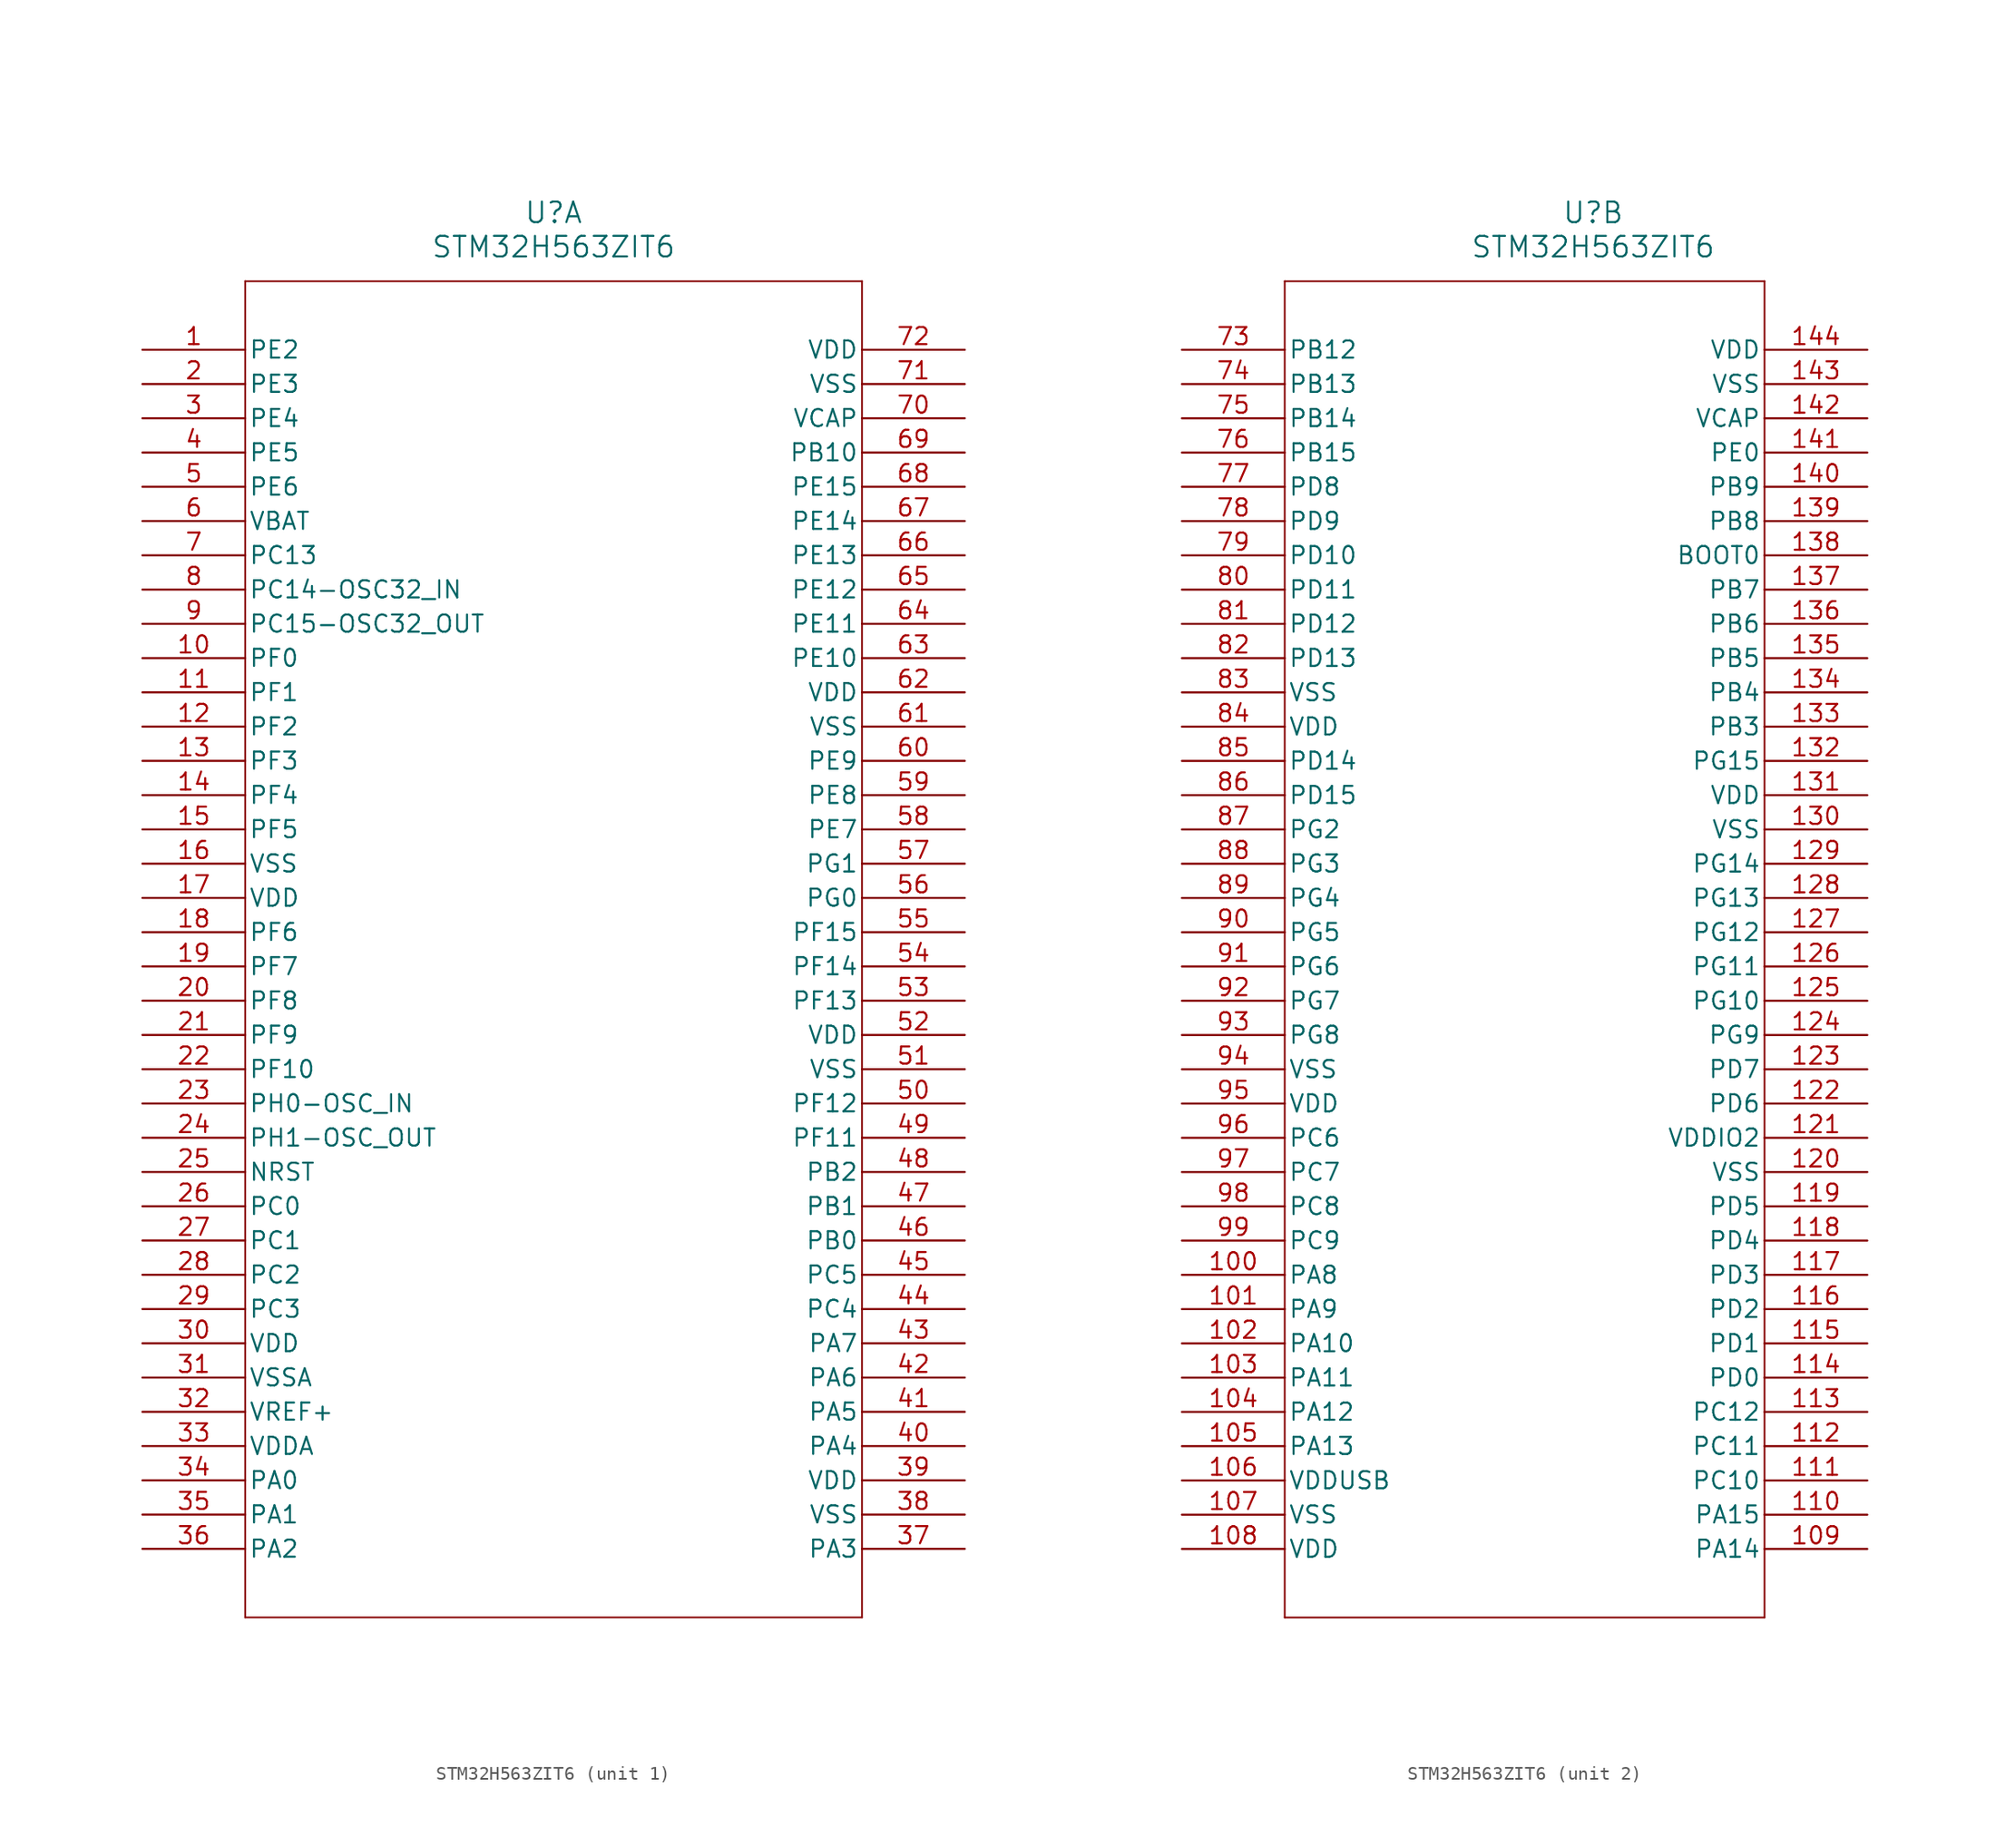
<source format=kicad_sym>
(kicad_symbol_lib
  (version 20211014)
  (generator kicad_symbol_editor)
  (symbol "STM32H563ZIT6"
    (pin_names
      (offset 0.254))
    (property "Reference" "U"
      (at 30.48 10.16 0)
      (effects (font (size 1.524 1.524))))
    (property "Value" "STM32H563ZIT6"
      (at 30.48 7.62 0)
      (effects (font (size 1.524 1.524))))
    (symbol "STM32H563ZIT6_1_1"
      (polyline (pts (xy 7.62 5.08) (xy 7.62 -93.98)) (stroke (width 0.127) (type default) (color 0 0 0 0)) (fill (type none)))
      (polyline (pts (xy 7.62 -93.98) (xy 53.34 -93.98)) (stroke (width 0.127) (type default) (color 0 0 0 0)) (fill (type none)))
      (polyline (pts (xy 53.34 -93.98) (xy 53.34 5.08)) (stroke (width 0.127) (type default) (color 0 0 0 0)) (fill (type none)))
      (polyline (pts (xy 53.34 5.08) (xy 7.62 5.08)) (stroke (width 0.127) (type default) (color 0 0 0 0)) (fill (type none)))
      (pin bidirectional line (at 0 0 0) (length 7.62) (name "PE2" (effects (font (size 1.27 1.27)))) (number "1" (effects (font (size 1.27 1.27)))))
      (pin bidirectional line (at 0 -2.54 0) (length 7.62) (name "PE3" (effects (font (size 1.27 1.27)))) (number "2" (effects (font (size 1.27 1.27)))))
      (pin bidirectional line (at 0 -5.08 0) (length 7.62) (name "PE4" (effects (font (size 1.27 1.27)))) (number "3" (effects (font (size 1.27 1.27)))))
      (pin bidirectional line (at 0 -7.62 0) (length 7.62) (name "PE5" (effects (font (size 1.27 1.27)))) (number "4" (effects (font (size 1.27 1.27)))))
      (pin bidirectional line (at 0 -10.16 0) (length 7.62) (name "PE6" (effects (font (size 1.27 1.27)))) (number "5" (effects (font (size 1.27 1.27)))))
      (pin power_in line (at 0 -12.7 0) (length 7.62) (name "VBAT" (effects (font (size 1.27 1.27)))) (number "6" (effects (font (size 1.27 1.27)))))
      (pin bidirectional line (at 0 -15.24 0) (length 7.62) (name "PC13" (effects (font (size 1.27 1.27)))) (number "7" (effects (font (size 1.27 1.27)))))
      (pin bidirectional line (at 0 -17.78 0) (length 7.62) (name "PC14-OSC32_IN" (effects (font (size 1.27 1.27)))) (number "8" (effects (font (size 1.27 1.27)))))
      (pin bidirectional line (at 0 -20.32 0) (length 7.62) (name "PC15-OSC32_OUT" (effects (font (size 1.27 1.27)))) (number "9" (effects (font (size 1.27 1.27)))))
      (pin bidirectional line (at 0 -22.86 0) (length 7.62) (name "PF0" (effects (font (size 1.27 1.27)))) (number "10" (effects (font (size 1.27 1.27)))))
      (pin bidirectional line (at 0 -25.4 0) (length 7.62) (name "PF1" (effects (font (size 1.27 1.27)))) (number "11" (effects (font (size 1.27 1.27)))))
      (pin bidirectional line (at 0 -27.94 0) (length 7.62) (name "PF2" (effects (font (size 1.27 1.27)))) (number "12" (effects (font (size 1.27 1.27)))))
      (pin bidirectional line (at 0 -30.48 0) (length 7.62) (name "PF3" (effects (font (size 1.27 1.27)))) (number "13" (effects (font (size 1.27 1.27)))))
      (pin bidirectional line (at 0 -33.02 0) (length 7.62) (name "PF4" (effects (font (size 1.27 1.27)))) (number "14" (effects (font (size 1.27 1.27)))))
      (pin bidirectional line (at 0 -35.56 0) (length 7.62) (name "PF5" (effects (font (size 1.27 1.27)))) (number "15" (effects (font (size 1.27 1.27)))))
      (pin power_in line (at 0 -38.1 0) (length 7.62) (name "VSS" (effects (font (size 1.27 1.27)))) (number "16" (effects (font (size 1.27 1.27)))))
      (pin power_in line (at 0 -40.64 0) (length 7.62) (name "VDD" (effects (font (size 1.27 1.27)))) (number "17" (effects (font (size 1.27 1.27)))))
      (pin bidirectional line (at 0 -43.18 0) (length 7.62) (name "PF6" (effects (font (size 1.27 1.27)))) (number "18" (effects (font (size 1.27 1.27)))))
      (pin bidirectional line (at 0 -45.72 0) (length 7.62) (name "PF7" (effects (font (size 1.27 1.27)))) (number "19" (effects (font (size 1.27 1.27)))))
      (pin bidirectional line (at 0 -48.26 0) (length 7.62) (name "PF8" (effects (font (size 1.27 1.27)))) (number "20" (effects (font (size 1.27 1.27)))))
      (pin bidirectional line (at 0 -50.8 0) (length 7.62) (name "PF9" (effects (font (size 1.27 1.27)))) (number "21" (effects (font (size 1.27 1.27)))))
      (pin bidirectional line (at 0 -53.34 0) (length 7.62) (name "PF10" (effects (font (size 1.27 1.27)))) (number "22" (effects (font (size 1.27 1.27)))))
      (pin bidirectional line (at 0 -55.88 0) (length 7.62) (name "PH0-OSC_IN" (effects (font (size 1.27 1.27)))) (number "23" (effects (font (size 1.27 1.27)))))
      (pin bidirectional line (at 0 -58.42 0) (length 7.62) (name "PH1-OSC_OUT" (effects (font (size 1.27 1.27)))) (number "24" (effects (font (size 1.27 1.27)))))
      (pin bidirectional line (at 0 -60.96 0) (length 7.62) (name "NRST" (effects (font (size 1.27 1.27)))) (number "25" (effects (font (size 1.27 1.27)))))
      (pin bidirectional line (at 0 -63.5 0) (length 7.62) (name "PC0" (effects (font (size 1.27 1.27)))) (number "26" (effects (font (size 1.27 1.27)))))
      (pin bidirectional line (at 0 -66.04 0) (length 7.62) (name "PC1" (effects (font (size 1.27 1.27)))) (number "27" (effects (font (size 1.27 1.27)))))
      (pin bidirectional line (at 0 -68.58 0) (length 7.62) (name "PC2" (effects (font (size 1.27 1.27)))) (number "28" (effects (font (size 1.27 1.27)))))
      (pin bidirectional line (at 0 -71.12 0) (length 7.62) (name "PC3" (effects (font (size 1.27 1.27)))) (number "29" (effects (font (size 1.27 1.27)))))
      (pin power_in line (at 0 -73.66 0) (length 7.62) (name "VDD" (effects (font (size 1.27 1.27)))) (number "30" (effects (font (size 1.27 1.27)))))
      (pin power_in line (at 0 -76.2 0) (length 7.62) (name "VSSA" (effects (font (size 1.27 1.27)))) (number "31" (effects (font (size 1.27 1.27)))))
      (pin power_in line (at 0 -78.74 0) (length 7.62) (name "VREF+" (effects (font (size 1.27 1.27)))) (number "32" (effects (font (size 1.27 1.27)))))
      (pin power_in line (at 0 -81.28 0) (length 7.62) (name "VDDA" (effects (font (size 1.27 1.27)))) (number "33" (effects (font (size 1.27 1.27)))))
      (pin bidirectional line (at 0 -83.82 0) (length 7.62) (name "PA0" (effects (font (size 1.27 1.27)))) (number "34" (effects (font (size 1.27 1.27)))))
      (pin bidirectional line (at 0 -86.36 0) (length 7.62) (name "PA1" (effects (font (size 1.27 1.27)))) (number "35" (effects (font (size 1.27 1.27)))))
      (pin bidirectional line (at 0 -88.9 0) (length 7.62) (name "PA2" (effects (font (size 1.27 1.27)))) (number "36" (effects (font (size 1.27 1.27)))))
      (pin bidirectional line (at 60.96 -88.9 180) (length 7.62) (name "PA3" (effects (font (size 1.27 1.27)))) (number "37" (effects (font (size 1.27 1.27)))))
      (pin power_in line (at 60.96 -86.36 180) (length 7.62) (name "VSS" (effects (font (size 1.27 1.27)))) (number "38" (effects (font (size 1.27 1.27)))))
      (pin power_in line (at 60.96 -83.82 180) (length 7.62) (name "VDD" (effects (font (size 1.27 1.27)))) (number "39" (effects (font (size 1.27 1.27)))))
      (pin bidirectional line (at 60.96 -81.28 180) (length 7.62) (name "PA4" (effects (font (size 1.27 1.27)))) (number "40" (effects (font (size 1.27 1.27)))))
      (pin bidirectional line (at 60.96 -78.74 180) (length 7.62) (name "PA5" (effects (font (size 1.27 1.27)))) (number "41" (effects (font (size 1.27 1.27)))))
      (pin bidirectional line (at 60.96 -76.2 180) (length 7.62) (name "PA6" (effects (font (size 1.27 1.27)))) (number "42" (effects (font (size 1.27 1.27)))))
      (pin bidirectional line (at 60.96 -73.66 180) (length 7.62) (name "PA7" (effects (font (size 1.27 1.27)))) (number "43" (effects (font (size 1.27 1.27)))))
      (pin bidirectional line (at 60.96 -71.12 180) (length 7.62) (name "PC4" (effects (font (size 1.27 1.27)))) (number "44" (effects (font (size 1.27 1.27)))))
      (pin bidirectional line (at 60.96 -68.58 180) (length 7.62) (name "PC5" (effects (font (size 1.27 1.27)))) (number "45" (effects (font (size 1.27 1.27)))))
      (pin bidirectional line (at 60.96 -66.04 180) (length 7.62) (name "PB0" (effects (font (size 1.27 1.27)))) (number "46" (effects (font (size 1.27 1.27)))))
      (pin bidirectional line (at 60.96 -63.5 180) (length 7.62) (name "PB1" (effects (font (size 1.27 1.27)))) (number "47" (effects (font (size 1.27 1.27)))))
      (pin bidirectional line (at 60.96 -60.96 180) (length 7.62) (name "PB2" (effects (font (size 1.27 1.27)))) (number "48" (effects (font (size 1.27 1.27)))))
      (pin bidirectional line (at 60.96 -58.42 180) (length 7.62) (name "PF11" (effects (font (size 1.27 1.27)))) (number "49" (effects (font (size 1.27 1.27)))))
      (pin bidirectional line (at 60.96 -55.88 180) (length 7.62) (name "PF12" (effects (font (size 1.27 1.27)))) (number "50" (effects (font (size 1.27 1.27)))))
      (pin power_in line (at 60.96 -53.34 180) (length 7.62) (name "VSS" (effects (font (size 1.27 1.27)))) (number "51" (effects (font (size 1.27 1.27)))))
      (pin power_in line (at 60.96 -50.8 180) (length 7.62) (name "VDD" (effects (font (size 1.27 1.27)))) (number "52" (effects (font (size 1.27 1.27)))))
      (pin bidirectional line (at 60.96 -48.26 180) (length 7.62) (name "PF13" (effects (font (size 1.27 1.27)))) (number "53" (effects (font (size 1.27 1.27)))))
      (pin bidirectional line (at 60.96 -45.72 180) (length 7.62) (name "PF14" (effects (font (size 1.27 1.27)))) (number "54" (effects (font (size 1.27 1.27)))))
      (pin bidirectional line (at 60.96 -43.18 180) (length 7.62) (name "PF15" (effects (font (size 1.27 1.27)))) (number "55" (effects (font (size 1.27 1.27)))))
      (pin bidirectional line (at 60.96 -40.64 180) (length 7.62) (name "PG0" (effects (font (size 1.27 1.27)))) (number "56" (effects (font (size 1.27 1.27)))))
      (pin bidirectional line (at 60.96 -38.1 180) (length 7.62) (name "PG1" (effects (font (size 1.27 1.27)))) (number "57" (effects (font (size 1.27 1.27)))))
      (pin bidirectional line (at 60.96 -35.56 180) (length 7.62) (name "PE7" (effects (font (size 1.27 1.27)))) (number "58" (effects (font (size 1.27 1.27)))))
      (pin bidirectional line (at 60.96 -33.02 180) (length 7.62) (name "PE8" (effects (font (size 1.27 1.27)))) (number "59" (effects (font (size 1.27 1.27)))))
      (pin bidirectional line (at 60.96 -30.48 180) (length 7.62) (name "PE9" (effects (font (size 1.27 1.27)))) (number "60" (effects (font (size 1.27 1.27)))))
      (pin power_in line (at 60.96 -27.94 180) (length 7.62) (name "VSS" (effects (font (size 1.27 1.27)))) (number "61" (effects (font (size 1.27 1.27)))))
      (pin power_in line (at 60.96 -25.4 180) (length 7.62) (name "VDD" (effects (font (size 1.27 1.27)))) (number "62" (effects (font (size 1.27 1.27)))))
      (pin bidirectional line (at 60.96 -22.86 180) (length 7.62) (name "PE10" (effects (font (size 1.27 1.27)))) (number "63" (effects (font (size 1.27 1.27)))))
      (pin bidirectional line (at 60.96 -20.32 180) (length 7.62) (name "PE11" (effects (font (size 1.27 1.27)))) (number "64" (effects (font (size 1.27 1.27)))))
      (pin bidirectional line (at 60.96 -17.78 180) (length 7.62) (name "PE12" (effects (font (size 1.27 1.27)))) (number "65" (effects (font (size 1.27 1.27)))))
      (pin bidirectional line (at 60.96 -15.24 180) (length 7.62) (name "PE13" (effects (font (size 1.27 1.27)))) (number "66" (effects (font (size 1.27 1.27)))))
      (pin bidirectional line (at 60.96 -12.7 180) (length 7.62) (name "PE14" (effects (font (size 1.27 1.27)))) (number "67" (effects (font (size 1.27 1.27)))))
      (pin bidirectional line (at 60.96 -10.16 180) (length 7.62) (name "PE15" (effects (font (size 1.27 1.27)))) (number "68" (effects (font (size 1.27 1.27)))))
      (pin bidirectional line (at 60.96 -7.62 180) (length 7.62) (name "PB10" (effects (font (size 1.27 1.27)))) (number "69" (effects (font (size 1.27 1.27)))))
      (pin power_in line (at 60.96 -5.08 180) (length 7.62) (name "VCAP" (effects (font (size 1.27 1.27)))) (number "70" (effects (font (size 1.27 1.27)))))
      (pin power_in line (at 60.96 -2.54 180) (length 7.62) (name "VSS" (effects (font (size 1.27 1.27)))) (number "71" (effects (font (size 1.27 1.27)))))
      (pin power_in line (at 60.96 0 180) (length 7.62) (name "VDD" (effects (font (size 1.27 1.27)))) (number "72" (effects (font (size 1.27 1.27))))))
    (symbol "STM32H563ZIT6_2_1"
      (polyline (pts (xy 7.62 5.08) (xy 7.62 -93.98)) (stroke (width 0.127) (type default) (color 0 0 0 0)) (fill (type none)))
      (polyline (pts (xy 7.62 -93.98) (xy 43.18 -93.98)) (stroke (width 0.127) (type default) (color 0 0 0 0)) (fill (type none)))
      (polyline (pts (xy 43.18 -93.98) (xy 43.18 5.08)) (stroke (width 0.127) (type default) (color 0 0 0 0)) (fill (type none)))
      (polyline (pts (xy 43.18 5.08) (xy 7.62 5.08)) (stroke (width 0.127) (type default) (color 0 0 0 0)) (fill (type none)))
      (pin bidirectional line (at 0 0 0) (length 7.62) (name "PB12" (effects (font (size 1.27 1.27)))) (number "73" (effects (font (size 1.27 1.27)))))
      (pin bidirectional line (at 0 -2.54 0) (length 7.62) (name "PB13" (effects (font (size 1.27 1.27)))) (number "74" (effects (font (size 1.27 1.27)))))
      (pin bidirectional line (at 0 -5.08 0) (length 7.62) (name "PB14" (effects (font (size 1.27 1.27)))) (number "75" (effects (font (size 1.27 1.27)))))
      (pin bidirectional line (at 0 -7.62 0) (length 7.62) (name "PB15" (effects (font (size 1.27 1.27)))) (number "76" (effects (font (size 1.27 1.27)))))
      (pin bidirectional line (at 0 -10.16 0) (length 7.62) (name "PD8" (effects (font (size 1.27 1.27)))) (number "77" (effects (font (size 1.27 1.27)))))
      (pin bidirectional line (at 0 -12.7 0) (length 7.62) (name "PD9" (effects (font (size 1.27 1.27)))) (number "78" (effects (font (size 1.27 1.27)))))
      (pin bidirectional line (at 0 -15.24 0) (length 7.62) (name "PD10" (effects (font (size 1.27 1.27)))) (number "79" (effects (font (size 1.27 1.27)))))
      (pin bidirectional line (at 0 -17.78 0) (length 7.62) (name "PD11" (effects (font (size 1.27 1.27)))) (number "80" (effects (font (size 1.27 1.27)))))
      (pin bidirectional line (at 0 -20.32 0) (length 7.62) (name "PD12" (effects (font (size 1.27 1.27)))) (number "81" (effects (font (size 1.27 1.27)))))
      (pin bidirectional line (at 0 -22.86 0) (length 7.62) (name "PD13" (effects (font (size 1.27 1.27)))) (number "82" (effects (font (size 1.27 1.27)))))
      (pin power_in line (at 0 -25.4 0) (length 7.62) (name "VSS" (effects (font (size 1.27 1.27)))) (number "83" (effects (font (size 1.27 1.27)))))
      (pin power_in line (at 0 -27.94 0) (length 7.62) (name "VDD" (effects (font (size 1.27 1.27)))) (number "84" (effects (font (size 1.27 1.27)))))
      (pin bidirectional line (at 0 -30.48 0) (length 7.62) (name "PD14" (effects (font (size 1.27 1.27)))) (number "85" (effects (font (size 1.27 1.27)))))
      (pin bidirectional line (at 0 -33.02 0) (length 7.62) (name "PD15" (effects (font (size 1.27 1.27)))) (number "86" (effects (font (size 1.27 1.27)))))
      (pin bidirectional line (at 0 -35.56 0) (length 7.62) (name "PG2" (effects (font (size 1.27 1.27)))) (number "87" (effects (font (size 1.27 1.27)))))
      (pin bidirectional line (at 0 -38.1 0) (length 7.62) (name "PG3" (effects (font (size 1.27 1.27)))) (number "88" (effects (font (size 1.27 1.27)))))
      (pin bidirectional line (at 0 -40.64 0) (length 7.62) (name "PG4" (effects (font (size 1.27 1.27)))) (number "89" (effects (font (size 1.27 1.27)))))
      (pin bidirectional line (at 0 -43.18 0) (length 7.62) (name "PG5" (effects (font (size 1.27 1.27)))) (number "90" (effects (font (size 1.27 1.27)))))
      (pin bidirectional line (at 0 -45.72 0) (length 7.62) (name "PG6" (effects (font (size 1.27 1.27)))) (number "91" (effects (font (size 1.27 1.27)))))
      (pin bidirectional line (at 0 -48.26 0) (length 7.62) (name "PG7" (effects (font (size 1.27 1.27)))) (number "92" (effects (font (size 1.27 1.27)))))
      (pin bidirectional line (at 0 -50.8 0) (length 7.62) (name "PG8" (effects (font (size 1.27 1.27)))) (number "93" (effects (font (size 1.27 1.27)))))
      (pin power_in line (at 0 -53.34 0) (length 7.62) (name "VSS" (effects (font (size 1.27 1.27)))) (number "94" (effects (font (size 1.27 1.27)))))
      (pin power_in line (at 0 -55.88 0) (length 7.62) (name "VDD" (effects (font (size 1.27 1.27)))) (number "95" (effects (font (size 1.27 1.27)))))
      (pin bidirectional line (at 0 -58.42 0) (length 7.62) (name "PC6" (effects (font (size 1.27 1.27)))) (number "96" (effects (font (size 1.27 1.27)))))
      (pin bidirectional line (at 0 -60.96 0) (length 7.62) (name "PC7" (effects (font (size 1.27 1.27)))) (number "97" (effects (font (size 1.27 1.27)))))
      (pin bidirectional line (at 0 -63.5 0) (length 7.62) (name "PC8" (effects (font (size 1.27 1.27)))) (number "98" (effects (font (size 1.27 1.27)))))
      (pin bidirectional line (at 0 -66.04 0) (length 7.62) (name "PC9" (effects (font (size 1.27 1.27)))) (number "99" (effects (font (size 1.27 1.27)))))
      (pin bidirectional line (at 0 -68.58 0) (length 7.62) (name "PA8" (effects (font (size 1.27 1.27)))) (number "100" (effects (font (size 1.27 1.27)))))
      (pin bidirectional line (at 0 -71.12 0) (length 7.62) (name "PA9" (effects (font (size 1.27 1.27)))) (number "101" (effects (font (size 1.27 1.27)))))
      (pin bidirectional line (at 0 -73.66 0) (length 7.62) (name "PA10" (effects (font (size 1.27 1.27)))) (number "102" (effects (font (size 1.27 1.27)))))
      (pin bidirectional line (at 0 -76.2 0) (length 7.62) (name "PA11" (effects (font (size 1.27 1.27)))) (number "103" (effects (font (size 1.27 1.27)))))
      (pin bidirectional line (at 0 -78.74 0) (length 7.62) (name "PA12" (effects (font (size 1.27 1.27)))) (number "104" (effects (font (size 1.27 1.27)))))
      (pin bidirectional line (at 0 -81.28 0) (length 7.62) (name "PA13" (effects (font (size 1.27 1.27)))) (number "105" (effects (font (size 1.27 1.27)))))
      (pin power_in line (at 0 -83.82 0) (length 7.62) (name "VDDUSB" (effects (font (size 1.27 1.27)))) (number "106" (effects (font (size 1.27 1.27)))))
      (pin power_in line (at 0 -86.36 0) (length 7.62) (name "VSS" (effects (font (size 1.27 1.27)))) (number "107" (effects (font (size 1.27 1.27)))))
      (pin power_in line (at 0 -88.9 0) (length 7.62) (name "VDD" (effects (font (size 1.27 1.27)))) (number "108" (effects (font (size 1.27 1.27)))))
      (pin bidirectional line (at 50.8 -88.9 180) (length 7.62) (name "PA14" (effects (font (size 1.27 1.27)))) (number "109" (effects (font (size 1.27 1.27)))))
      (pin bidirectional line (at 50.8 -86.36 180) (length 7.62) (name "PA15" (effects (font (size 1.27 1.27)))) (number "110" (effects (font (size 1.27 1.27)))))
      (pin bidirectional line (at 50.8 -83.82 180) (length 7.62) (name "PC10" (effects (font (size 1.27 1.27)))) (number "111" (effects (font (size 1.27 1.27)))))
      (pin bidirectional line (at 50.8 -81.28 180) (length 7.62) (name "PC11" (effects (font (size 1.27 1.27)))) (number "112" (effects (font (size 1.27 1.27)))))
      (pin bidirectional line (at 50.8 -78.74 180) (length 7.62) (name "PC12" (effects (font (size 1.27 1.27)))) (number "113" (effects (font (size 1.27 1.27)))))
      (pin bidirectional line (at 50.8 -76.2 180) (length 7.62) (name "PD0" (effects (font (size 1.27 1.27)))) (number "114" (effects (font (size 1.27 1.27)))))
      (pin bidirectional line (at 50.8 -73.66 180) (length 7.62) (name "PD1" (effects (font (size 1.27 1.27)))) (number "115" (effects (font (size 1.27 1.27)))))
      (pin bidirectional line (at 50.8 -71.12 180) (length 7.62) (name "PD2" (effects (font (size 1.27 1.27)))) (number "116" (effects (font (size 1.27 1.27)))))
      (pin bidirectional line (at 50.8 -68.58 180) (length 7.62) (name "PD3" (effects (font (size 1.27 1.27)))) (number "117" (effects (font (size 1.27 1.27)))))
      (pin bidirectional line (at 50.8 -66.04 180) (length 7.62) (name "PD4" (effects (font (size 1.27 1.27)))) (number "118" (effects (font (size 1.27 1.27)))))
      (pin bidirectional line (at 50.8 -63.5 180) (length 7.62) (name "PD5" (effects (font (size 1.27 1.27)))) (number "119" (effects (font (size 1.27 1.27)))))
      (pin power_in line (at 50.8 -60.96 180) (length 7.62) (name "VSS" (effects (font (size 1.27 1.27)))) (number "120" (effects (font (size 1.27 1.27)))))
      (pin power_in line (at 50.8 -58.42 180) (length 7.62) (name "VDDIO2" (effects (font (size 1.27 1.27)))) (number "121" (effects (font (size 1.27 1.27)))))
      (pin bidirectional line (at 50.8 -55.88 180) (length 7.62) (name "PD6" (effects (font (size 1.27 1.27)))) (number "122" (effects (font (size 1.27 1.27)))))
      (pin bidirectional line (at 50.8 -53.34 180) (length 7.62) (name "PD7" (effects (font (size 1.27 1.27)))) (number "123" (effects (font (size 1.27 1.27)))))
      (pin bidirectional line (at 50.8 -50.8 180) (length 7.62) (name "PG9" (effects (font (size 1.27 1.27)))) (number "124" (effects (font (size 1.27 1.27)))))
      (pin bidirectional line (at 50.8 -48.26 180) (length 7.62) (name "PG10" (effects (font (size 1.27 1.27)))) (number "125" (effects (font (size 1.27 1.27)))))
      (pin bidirectional line (at 50.8 -45.72 180) (length 7.62) (name "PG11" (effects (font (size 1.27 1.27)))) (number "126" (effects (font (size 1.27 1.27)))))
      (pin bidirectional line (at 50.8 -43.18 180) (length 7.62) (name "PG12" (effects (font (size 1.27 1.27)))) (number "127" (effects (font (size 1.27 1.27)))))
      (pin bidirectional line (at 50.8 -40.64 180) (length 7.62) (name "PG13" (effects (font (size 1.27 1.27)))) (number "128" (effects (font (size 1.27 1.27)))))
      (pin bidirectional line (at 50.8 -38.1 180) (length 7.62) (name "PG14" (effects (font (size 1.27 1.27)))) (number "129" (effects (font (size 1.27 1.27)))))
      (pin power_in line (at 50.8 -35.56 180) (length 7.62) (name "VSS" (effects (font (size 1.27 1.27)))) (number "130" (effects (font (size 1.27 1.27)))))
      (pin power_in line (at 50.8 -33.02 180) (length 7.62) (name "VDD" (effects (font (size 1.27 1.27)))) (number "131" (effects (font (size 1.27 1.27)))))
      (pin bidirectional line (at 50.8 -30.48 180) (length 7.62) (name "PG15" (effects (font (size 1.27 1.27)))) (number "132" (effects (font (size 1.27 1.27)))))
      (pin bidirectional line (at 50.8 -27.94 180) (length 7.62) (name "PB3" (effects (font (size 1.27 1.27)))) (number "133" (effects (font (size 1.27 1.27)))))
      (pin bidirectional line (at 50.8 -25.4 180) (length 7.62) (name "PB4" (effects (font (size 1.27 1.27)))) (number "134" (effects (font (size 1.27 1.27)))))
      (pin bidirectional line (at 50.8 -22.86 180) (length 7.62) (name "PB5" (effects (font (size 1.27 1.27)))) (number "135" (effects (font (size 1.27 1.27)))))
      (pin bidirectional line (at 50.8 -20.32 180) (length 7.62) (name "PB6" (effects (font (size 1.27 1.27)))) (number "136" (effects (font (size 1.27 1.27)))))
      (pin bidirectional line (at 50.8 -17.78 180) (length 7.62) (name "PB7" (effects (font (size 1.27 1.27)))) (number "137" (effects (font (size 1.27 1.27)))))
      (pin input line (at 50.8 -15.24 180) (length 7.62) (name "BOOT0" (effects (font (size 1.27 1.27)))) (number "138" (effects (font (size 1.27 1.27)))))
      (pin bidirectional line (at 50.8 -12.7 180) (length 7.62) (name "PB8" (effects (font (size 1.27 1.27)))) (number "139" (effects (font (size 1.27 1.27)))))
      (pin bidirectional line (at 50.8 -10.16 180) (length 7.62) (name "PB9" (effects (font (size 1.27 1.27)))) (number "140" (effects (font (size 1.27 1.27)))))
      (pin bidirectional line (at 50.8 -7.62 180) (length 7.62) (name "PE0" (effects (font (size 1.27 1.27)))) (number "141" (effects (font (size 1.27 1.27)))))
      (pin power_in line (at 50.8 -5.08 180) (length 7.62) (name "VCAP" (effects (font (size 1.27 1.27)))) (number "142" (effects (font (size 1.27 1.27)))))
      (pin power_in line (at 50.8 -2.54 180) (length 7.62) (name "VSS" (effects (font (size 1.27 1.27)))) (number "143" (effects (font (size 1.27 1.27)))))
      (pin power_in line (at 50.8 0 180) (length 7.62) (name "VDD" (effects (font (size 1.27 1.27)))) (number "144" (effects (font (size 1.27 1.27))))))))
</source>
